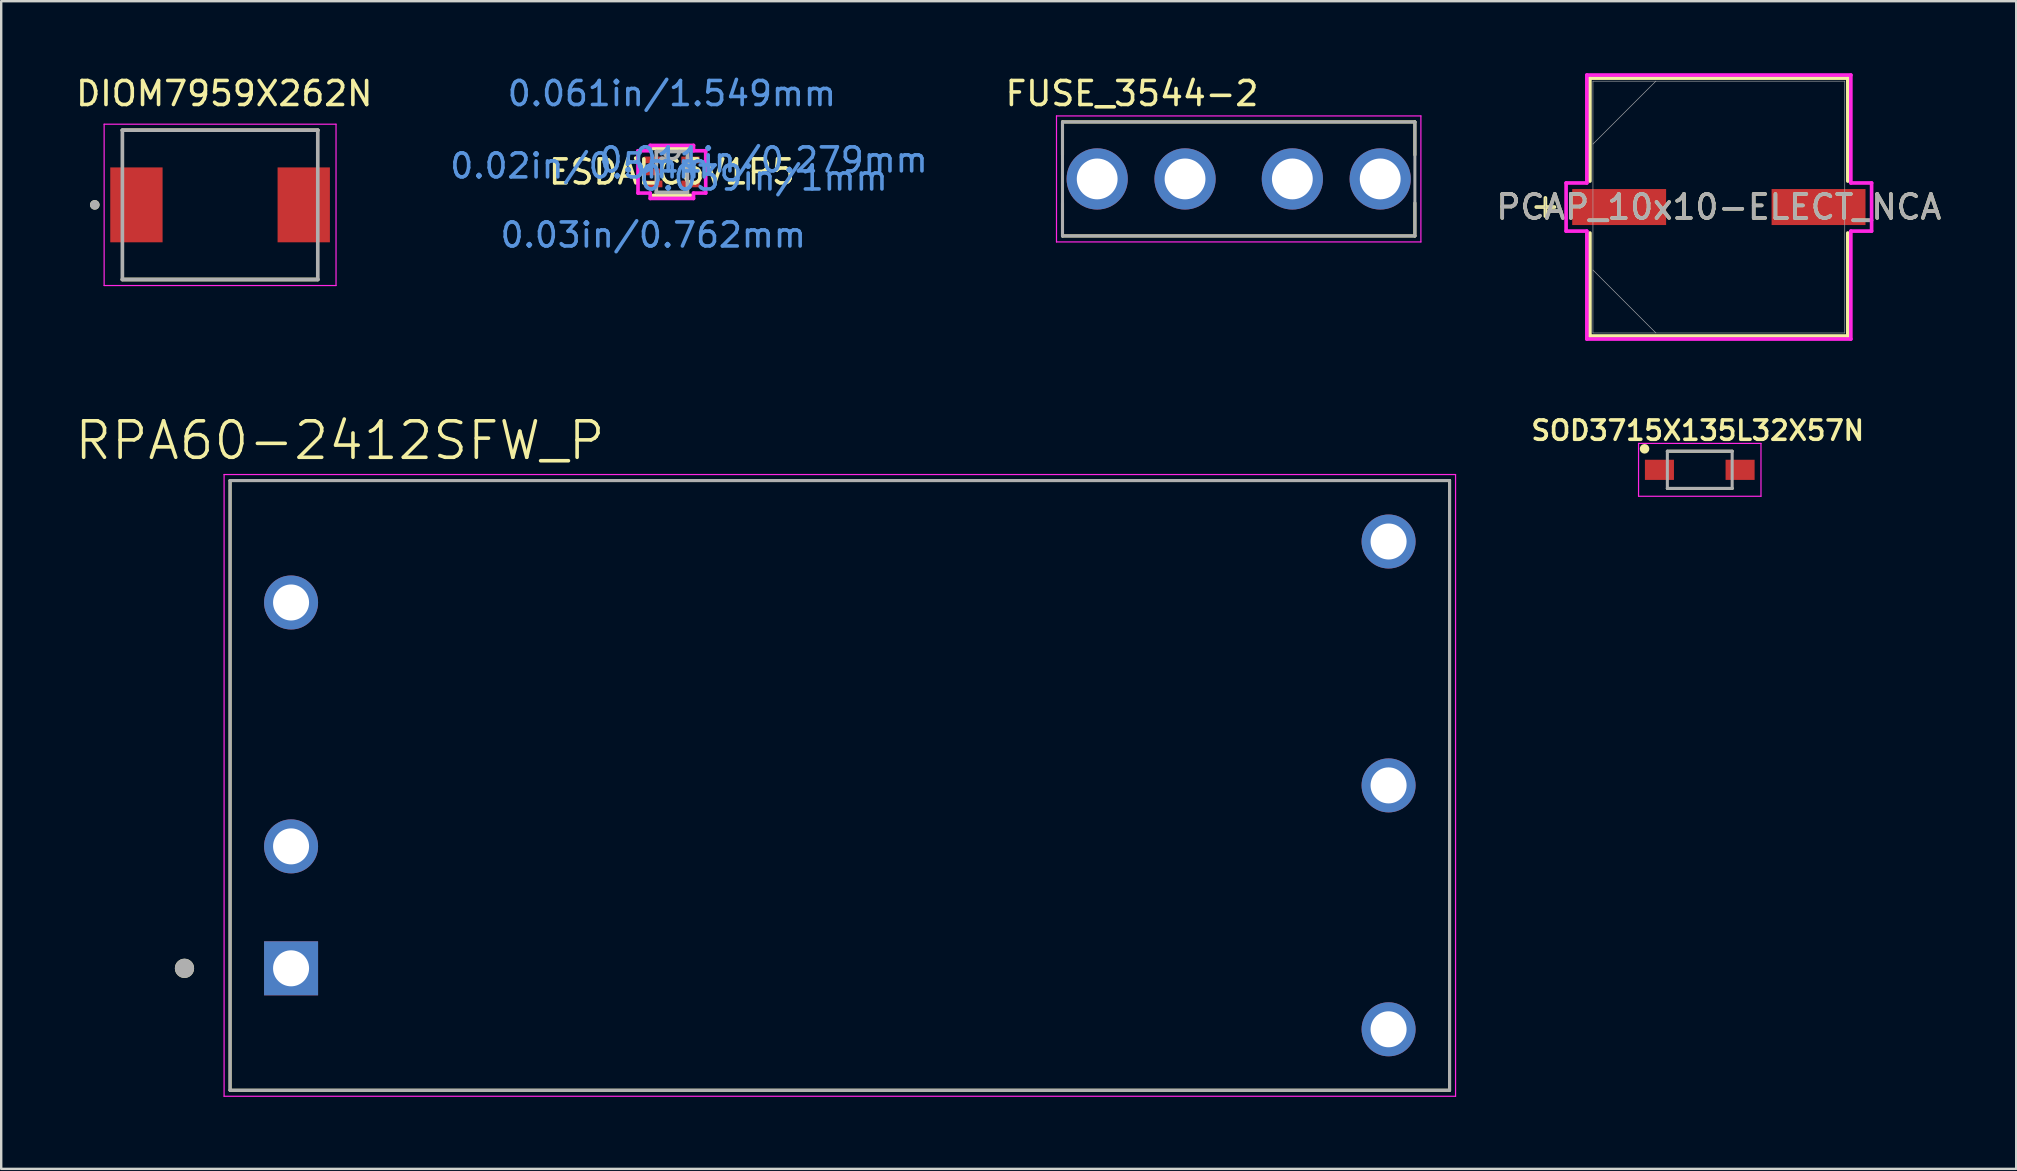
<source format=kicad_pcb>
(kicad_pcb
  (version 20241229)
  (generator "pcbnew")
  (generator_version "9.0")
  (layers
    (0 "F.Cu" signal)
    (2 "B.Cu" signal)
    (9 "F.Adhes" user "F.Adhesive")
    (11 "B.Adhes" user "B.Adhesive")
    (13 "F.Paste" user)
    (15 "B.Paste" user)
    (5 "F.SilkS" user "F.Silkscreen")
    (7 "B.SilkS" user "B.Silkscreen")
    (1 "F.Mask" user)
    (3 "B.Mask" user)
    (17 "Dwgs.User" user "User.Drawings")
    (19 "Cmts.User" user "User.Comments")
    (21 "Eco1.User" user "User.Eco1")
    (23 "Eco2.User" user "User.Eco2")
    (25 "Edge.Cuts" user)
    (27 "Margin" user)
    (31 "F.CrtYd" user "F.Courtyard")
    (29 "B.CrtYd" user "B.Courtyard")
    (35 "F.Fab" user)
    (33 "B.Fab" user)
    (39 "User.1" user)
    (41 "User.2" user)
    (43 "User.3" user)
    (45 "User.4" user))
  (footprint "SOD3715X135L32X57N"
    (layer "F.Cu")
    (at 67.758 16.522)
    (property "Reference" "SOD3715X135L32X57N" (at -0.085 -1.638 0) (layer "F.SilkS") (effects (font (size 0.803 0.803) (thickness 0.15))))
    (attr smd)
    (fp_line (start -1.35 0.775) (end 1.35 0.775) (stroke (width 0.127) (type solid)) (layer "F.SilkS"))
    (fp_line (start 1.35 -0.775) (end -1.35 -0.775) (stroke (width 0.127) (type solid)) (layer "F.SilkS"))
    (fp_circle (center -2.3 -0.875) (end -2.2 -0.875) (stroke (width 0.2) (type solid)) (fill no) (layer "F.SilkS"))
    (fp_line (start -2.55 -1.1) (end 2.55 -1.1) (stroke (width 0.05) (type solid)) (layer "F.CrtYd"))
    (fp_line (start -2.55 1.1) (end -2.55 -1.1) (stroke (width 0.05) (type solid)) (layer "F.CrtYd"))
    (fp_line (start 2.55 -1.1) (end 2.55 1.1) (stroke (width 0.05) (type solid)) (layer "F.CrtYd"))
    (fp_line (start 2.55 1.1) (end -2.55 1.1) (stroke (width 0.05) (type solid)) (layer "F.CrtYd"))
    (fp_line (start -1.35 -0.775) (end 1.35 -0.775) (stroke (width 0.127) (type solid)) (layer "F.Fab"))
    (fp_line (start -1.35 0.775) (end -1.35 -0.775) (stroke (width 0.127) (type solid)) (layer "F.Fab"))
    (fp_line (start -1.35 0.775) (end 1.35 0.775) (stroke (width 0.127) (type solid)) (layer "F.Fab"))
    (fp_line (start 1.35 -0.775) (end 1.35 0.775) (stroke (width 0.127) (type solid)) (layer "F.Fab"))
    (pad "1" smd rect (at -1.68 0) (size 1.21 0.84) (layers "F.Cu" "F.Mask" "F.Paste"))
    (pad "2" smd rect (at 1.68 0) (size 1.21 0.84) (layers "F.Cu" "F.Mask" "F.Paste")))
  (footprint "ESDALC6V1P5"
    (layer "F.Cu")
    (at 24.938 4.112)
    (property "Reference" "ESDALC6V1P5" (at 0 0 0) (layer "F.SilkS") (effects (font (size 1 1) (thickness 0.15))))
    (attr through_hole)
    (fp_line (start -0.775 0.978) (end 0.775 0.978) (stroke (width 0.152) (type solid)) (layer "F.SilkS"))
    (fp_line (start 0.775 -0.978) (end -0.775 -0.978) (stroke (width 0.152) (type solid)) (layer "F.SilkS"))
    (fp_arc (start -1.5073 -0.5762) (mid -1.433471 -0.48114) (end -1.543846 -0.433136) (stroke (width 0.1524) (type solid)) (layer "F.SilkS"))
    (fp_line (start -1.41 -0.881) (end -0.902 -0.881) (stroke (width 0.152) (type solid)) (layer "F.CrtYd"))
    (fp_line (start -1.41 0.881) (end -1.41 -0.881) (stroke (width 0.152) (type solid)) (layer "F.CrtYd"))
    (fp_line (start -0.902 -1.105) (end 0.902 -1.105) (stroke (width 0.152) (type solid)) (layer "F.CrtYd"))
    (fp_line (start -0.902 -0.881) (end -0.902 -1.105) (stroke (width 0.152) (type solid)) (layer "F.CrtYd"))
    (fp_line (start -0.902 0.881) (end -1.41 0.881) (stroke (width 0.152) (type solid)) (layer "F.CrtYd"))
    (fp_line (start -0.902 1.105) (end -0.902 0.881) (stroke (width 0.152) (type solid)) (layer "F.CrtYd"))
    (fp_line (start 0.902 -1.105) (end 0.902 -0.881) (stroke (width 0.152) (type solid)) (layer "F.CrtYd"))
    (fp_line (start 0.902 -0.881) (end 1.41 -0.881) (stroke (width 0.152) (type solid)) (layer "F.CrtYd"))
    (fp_line (start 0.902 0.881) (end 0.902 1.105) (stroke (width 0.152) (type solid)) (layer "F.CrtYd"))
    (fp_line (start 0.902 1.105) (end -0.902 1.105) (stroke (width 0.152) (type solid)) (layer "F.CrtYd"))
    (fp_line (start 1.41 -0.881) (end 1.41 0.881) (stroke (width 0.152) (type solid)) (layer "F.CrtYd"))
    (fp_line (start 1.41 0.881) (end 0.902 0.881) (stroke (width 0.152) (type solid)) (layer "F.CrtYd"))
    (fp_line (start -0.648 -0.851) (end -0.648 0.851) (stroke (width 0.152) (type solid)) (layer "F.Fab"))
    (fp_line (start -0.648 0.851) (end 0.648 0.851) (stroke (width 0.152) (type solid)) (layer "F.Fab"))
    (fp_line (start 0.648 -0.851) (end -0.648 -0.851) (stroke (width 0.152) (type solid)) (layer "F.Fab"))
    (fp_line (start 0.648 0.851) (end 0.648 -0.851) (stroke (width 0.152) (type solid)) (layer "F.Fab"))
    (fp_arc (start 0.3048 -0.8509) (mid 0 -0.5461) (end -0.3048 -0.8509) (stroke (width 0.1524) (type solid)) (layer "F.Fab"))
    (fp_circle (center -0.394 -0.5) (end -0.318 -0.5) (stroke (width 0.152) (type solid)) (fill no) (layer "F.Fab"))
    (fp_text user "0.039in/1mm" (at 3.823 0.254 0) (layer "Cmts.User") (effects (font (size 1 1) (thickness 0.15))))
    (fp_text user "0.011in/0.279mm" (at 3.823 -0.5 0) (layer "Cmts.User") (effects (font (size 1 1) (thickness 0.15))))
    (fp_text user "0.061in/1.549mm" (at 0 -3.264 0) (layer "Cmts.User") (effects (font (size 1 1) (thickness 0.15))))
    (fp_text user "0.02in/0.5mm" (at -3.823 -0.25 0) (layer "Cmts.User") (effects (font (size 1 1) (thickness 0.15))))
    (fp_text user "0.03in/0.762mm" (at -0.775 2.629 0) (layer "Cmts.User") (effects (font (size 1 1) (thickness 0.15))))
    (fp_text user "Copyright 2016 Accelerated Designs. All rights reserved." (at 0 0 0) (layer "Cmts.User") (effects (font (size 0.127 0.127) (thickness 0.002))))
    (pad "1" smd rect (at -0.775 -0.5) (size 0.762 0.279) (layers "F.Cu" "F.Mask" "F.Paste"))
    (pad "2" smd rect (at -0.775 0) (size 0.762 0.279) (layers "F.Cu" "F.Mask" "F.Paste"))
    (pad "3" smd rect (at -0.775 0.5) (size 0.762 0.279) (layers "F.Cu" "F.Mask" "F.Paste"))
    (pad "4" smd rect (at 0.775 0.5) (size 0.762 0.279) (layers "F.Cu" "F.Mask" "F.Paste"))
    (pad "5" smd rect (at 0.775 -0.5) (size 0.762 0.279) (layers "F.Cu" "F.Mask" "F.Paste")))
  (footprint "RPA60-2412SFW_P"
    (layer "F.Cu")
    (at 31.935 29.668)
    (property "Reference" "RPA60-2412SFW_P" (at -20.824 -14.365 0) (layer "F.SilkS") (effects (font (size 1.52 1.52) (thickness 0.15))))
    (attr through_hole)
    (fp_line (start -25.4 -12.7) (end 25.4 -12.7) (stroke (width 0.127) (type solid)) (layer "F.SilkS"))
    (fp_line (start -25.4 12.7) (end -25.4 -12.7) (stroke (width 0.127) (type solid)) (layer "F.SilkS"))
    (fp_line (start 25.4 -12.7) (end 25.4 12.7) (stroke (width 0.127) (type solid)) (layer "F.SilkS"))
    (fp_line (start 25.4 12.7) (end -25.4 12.7) (stroke (width 0.127) (type solid)) (layer "F.SilkS"))
    (fp_circle (center -27.3 7.62) (end -27.1 7.62) (stroke (width 0.4) (type solid)) (fill no) (layer "F.SilkS"))
    (fp_line (start -25.65 -12.95) (end -25.65 12.95) (stroke (width 0.05) (type solid)) (layer "F.CrtYd"))
    (fp_line (start -25.65 12.95) (end 25.65 12.95) (stroke (width 0.05) (type solid)) (layer "F.CrtYd"))
    (fp_line (start 25.65 -12.95) (end -25.65 -12.95) (stroke (width 0.05) (type solid)) (layer "F.CrtYd"))
    (fp_line (start 25.65 12.95) (end 25.65 -12.95) (stroke (width 0.05) (type solid)) (layer "F.CrtYd"))
    (fp_line (start -25.4 -12.7) (end 25.4 -12.7) (stroke (width 0.127) (type solid)) (layer "F.Fab"))
    (fp_line (start -25.4 12.7) (end -25.4 -12.7) (stroke (width 0.127) (type solid)) (layer "F.Fab"))
    (fp_line (start 25.4 -12.7) (end 25.4 12.7) (stroke (width 0.127) (type solid)) (layer "F.Fab"))
    (fp_line (start 25.4 12.7) (end -25.4 12.7) (stroke (width 0.127) (type solid)) (layer "F.Fab"))
    (fp_circle (center -27.3 7.62) (end -27.1 7.62) (stroke (width 0.4) (type solid)) (fill no) (layer "F.Fab"))
    (pad "1" thru_hole rect (at -22.86 7.62) (size 2.25 2.25) (drill 1.5) (layers "*.Cu" "*.Mask"))
    (pad "2" thru_hole circle (at -22.86 2.54) (size 2.25 2.25) (drill 1.5) (layers "*.Cu" "*.Mask"))
    (pad "3" thru_hole circle (at -22.86 -7.62) (size 2.25 2.25) (drill 1.5) (layers "*.Cu" "*.Mask"))
    (pad "4" thru_hole circle (at 22.86 -10.16) (size 2.25 2.25) (drill 1.5) (layers "*.Cu" "*.Mask"))
    (pad "5" thru_hole circle (at 22.86 0) (size 2.25 2.25) (drill 1.5) (layers "*.Cu" "*.Mask"))
    (pad "6" thru_hole circle (at 22.86 10.16) (size 2.25 2.25) (drill 1.5) (layers "*.Cu" "*.Mask")))
  (footprint "DIOM7959X262N"
    (layer "F.Cu")
    (at 6.118 5.484)
    (property "Reference" "DIOM7959X262N" (at 0.175 -4.636 0) (layer "F.SilkS") (effects (font (size 1 1) (thickness 0.15))))
    (attr smd)
    (fp_line (start -4.07 3.11) (end 4.07 3.11) (stroke (width 0.152) (type solid)) (layer "F.SilkS"))
    (fp_line (start 4.07 -3.11) (end -4.07 -3.11) (stroke (width 0.152) (type solid)) (layer "F.SilkS"))
    (fp_circle (center -5.22 0) (end -5.12 0) (stroke (width 0.2) (type solid)) (fill no) (layer "F.SilkS"))
    (fp_line (start -4.83 -3.36) (end 4.83 -3.36) (stroke (width 0.05) (type solid)) (layer "F.CrtYd"))
    (fp_line (start -4.83 3.36) (end -4.83 -3.36) (stroke (width 0.05) (type solid)) (layer "F.CrtYd"))
    (fp_line (start 4.83 -3.36) (end 4.83 3.36) (stroke (width 0.05) (type solid)) (layer "F.CrtYd"))
    (fp_line (start 4.83 3.36) (end -4.83 3.36) (stroke (width 0.05) (type solid)) (layer "F.CrtYd"))
    (fp_line (start -4.07 -3.11) (end -4.07 3.11) (stroke (width 0.152) (type solid)) (layer "F.Fab"))
    (fp_line (start -4.07 3.11) (end 4.07 3.11) (stroke (width 0.152) (type solid)) (layer "F.Fab"))
    (fp_line (start 4.07 -3.11) (end -4.07 -3.11) (stroke (width 0.152) (type solid)) (layer "F.Fab"))
    (fp_line (start 4.07 3.11) (end 4.07 -3.11) (stroke (width 0.152) (type solid)) (layer "F.Fab"))
    (fp_circle (center -5.22 0) (end -5.12 0) (stroke (width 0.2) (type solid)) (fill no) (layer "F.Fab"))
    (pad "A" smd rect (at 3.485 0) (size 2.18 3.12) (layers "F.Cu" "F.Mask" "F.Paste"))
    (pad "C" smd rect (at -3.485 0 90) (size 3.12 2.18) (layers "F.Cu" "F.Mask" "F.Paste")))
  (footprint "FUSE_3544-2"
    (layer "F.Cu")
    (at 48.551 4.404)
    (property "Reference" "FUSE_3544-2" (at -4.445 -3.556 0) (layer "F.SilkS") (effects (font (size 1 1) (thickness 0.15))))
    (attr through_hole)
    (fp_line (start -7.34 -2.375) (end -7.34 -1) (stroke (width 0.127) (type solid)) (layer "F.SilkS"))
    (fp_line (start -7.34 -2.375) (end 7.34 -2.375) (stroke (width 0.127) (type solid)) (layer "F.SilkS"))
    (fp_line (start -7.34 1) (end -7.34 2.375) (stroke (width 0.127) (type solid)) (layer "F.SilkS"))
    (fp_line (start 7.34 -2.375) (end 7.34 -1) (stroke (width 0.127) (type solid)) (layer "F.SilkS"))
    (fp_line (start 7.34 1) (end 7.34 2.375) (stroke (width 0.127) (type solid)) (layer "F.SilkS"))
    (fp_line (start 7.34 2.375) (end -7.34 2.375) (stroke (width 0.127) (type solid)) (layer "F.SilkS"))
    (fp_line (start -7.59 -2.625) (end 7.59 -2.625) (stroke (width 0.05) (type solid)) (layer "F.CrtYd"))
    (fp_line (start -7.59 2.625) (end -7.59 -2.625) (stroke (width 0.05) (type solid)) (layer "F.CrtYd"))
    (fp_line (start 7.59 -2.625) (end 7.59 2.625) (stroke (width 0.05) (type solid)) (layer "F.CrtYd"))
    (fp_line (start 7.59 2.625) (end -7.59 2.625) (stroke (width 0.05) (type solid)) (layer "F.CrtYd"))
    (fp_line (start -7.34 -2.375) (end 7.34 -2.375) (stroke (width 0.127) (type solid)) (layer "F.Fab"))
    (fp_line (start -7.34 2.375) (end -7.34 -2.375) (stroke (width 0.127) (type solid)) (layer "F.Fab"))
    (fp_line (start 7.34 -2.375) (end 7.34 2.375) (stroke (width 0.127) (type solid)) (layer "F.Fab"))
    (fp_line (start 7.34 2.375) (end -7.34 2.375) (stroke (width 0.127) (type solid)) (layer "F.Fab"))
    (pad "1_1" thru_hole circle (at -5.895 0) (size 2.55 2.55) (drill 1.7) (layers "*.Cu" "*.Mask"))
    (pad "1_2" thru_hole circle (at -2.235 0) (size 2.55 2.55) (drill 1.7) (layers "*.Cu" "*.Mask"))
    (pad "2_1" thru_hole circle (at 2.235 0) (size 2.55 2.55) (drill 1.7) (layers "*.Cu" "*.Mask"))
    (pad "2_2" thru_hole circle (at 5.895 0) (size 2.55 2.55) (drill 1.7) (layers "*.Cu" "*.Mask")))
  (footprint "PCAP_10x10-ELECT_NCA"
    (layer "F.Cu")
    (at 68.553 5.575)
    (property "Reference" "PCAP_10x10-ELECT_NCA" (at 0 0 0) (unlocked yes) (layer "F.SilkS") (effects (font (size 1 1) (thickness 0.15))))
    (attr smd)
    (fp_line (start -7.226 -0.381) (end -7.226 0.381) (stroke (width 0.152) (type solid)) (layer "F.SilkS"))
    (fp_line (start -6.845 0) (end -7.607 0) (stroke (width 0.152) (type solid)) (layer "F.SilkS"))
    (fp_line (start -5.372 -5.372) (end -5.372 -1.082) (stroke (width 0.152) (type solid)) (layer "F.SilkS"))
    (fp_line (start -5.372 1.082) (end -5.372 5.372) (stroke (width 0.152) (type solid)) (layer "F.SilkS"))
    (fp_line (start -5.372 5.372) (end 5.372 5.372) (stroke (width 0.152) (type solid)) (layer "F.SilkS"))
    (fp_line (start 5.372 -5.372) (end -5.372 -5.372) (stroke (width 0.152) (type solid)) (layer "F.SilkS"))
    (fp_line (start 5.372 -1.082) (end 5.372 -5.372) (stroke (width 0.152) (type solid)) (layer "F.SilkS"))
    (fp_line (start 5.372 5.372) (end 5.372 1.082) (stroke (width 0.152) (type solid)) (layer "F.SilkS"))
    (fp_line (start -6.363 -1.003) (end -5.499 -1.003) (stroke (width 0.152) (type solid)) (layer "F.CrtYd"))
    (fp_line (start -6.363 1.003) (end -6.363 -1.003) (stroke (width 0.152) (type solid)) (layer "F.CrtYd"))
    (fp_line (start -5.499 -5.499) (end 5.499 -5.499) (stroke (width 0.152) (type solid)) (layer "F.CrtYd"))
    (fp_line (start -5.499 -1.003) (end -5.499 -5.499) (stroke (width 0.152) (type solid)) (layer "F.CrtYd"))
    (fp_line (start -5.499 1.003) (end -6.363 1.003) (stroke (width 0.152) (type solid)) (layer "F.CrtYd"))
    (fp_line (start -5.499 5.499) (end -5.499 1.003) (stroke (width 0.152) (type solid)) (layer "F.CrtYd"))
    (fp_line (start 5.499 -5.499) (end 5.499 -1.003) (stroke (width 0.152) (type solid)) (layer "F.CrtYd"))
    (fp_line (start 5.499 -1.003) (end 6.363 -1.003) (stroke (width 0.152) (type solid)) (layer "F.CrtYd"))
    (fp_line (start 5.499 1.003) (end 5.499 5.499) (stroke (width 0.152) (type solid)) (layer "F.CrtYd"))
    (fp_line (start 5.499 5.499) (end -5.499 5.499) (stroke (width 0.152) (type solid)) (layer "F.CrtYd"))
    (fp_line (start 6.363 -1.003) (end 6.363 1.003) (stroke (width 0.152) (type solid)) (layer "F.CrtYd"))
    (fp_line (start 6.363 1.003) (end 5.499 1.003) (stroke (width 0.152) (type solid)) (layer "F.CrtYd"))
    (fp_line (start -7.226 -0.381) (end -7.226 0.381) (stroke (width 0.025) (type solid)) (layer "F.Fab"))
    (fp_line (start -6.845 0) (end -7.607 0) (stroke (width 0.025) (type solid)) (layer "F.Fab"))
    (fp_line (start -5.245 -5.245) (end -5.245 5.245) (stroke (width 0.025) (type solid)) (layer "F.Fab"))
    (fp_line (start -5.245 -2.623) (end -2.623 -5.245) (stroke (width 0.025) (type solid)) (layer "F.Fab"))
    (fp_line (start -5.245 2.623) (end -2.623 5.245) (stroke (width 0.025) (type solid)) (layer "F.Fab"))
    (fp_line (start -5.245 5.245) (end 5.245 5.245) (stroke (width 0.025) (type solid)) (layer "F.Fab"))
    (fp_line (start 5.245 -5.245) (end -5.245 -5.245) (stroke (width 0.025) (type solid)) (layer "F.Fab"))
    (fp_line (start 5.245 5.245) (end 5.245 -5.245) (stroke (width 0.025) (type solid)) (layer "F.Fab"))
    (fp_text user "${REFERENCE}" (at 0 0 0) (unlocked yes) (layer "F.Fab") (effects (font (size 1 1) (thickness 0.15))))
    (pad "1" smd rect (at -4.153 0) (size 3.912 1.499) (layers "F.Cu" "F.Mask" "F.Paste"))
    (pad "2" smd rect (at 4.153 0) (size 3.912 1.499) (layers "F.Cu" "F.Mask" "F.Paste"))
    (zone (net_name "") (layer "F.Cu") (hatch full 0.508) (connect_pads) (min_thickness 0.254) (filled_areas_thickness no) (keepout (tracks not_allowed) (vias not_allowed) (pads allowed) (copperpour not_allowed) (footprints allowed)) (placement (enabled no)) (fill) (polygon (pts (xy 63.358 0.381) (xy 73.747 0.381) (xy 73.747 4.775) (xy 63.358 4.775))))
    (zone (net_name "") (layer "F.Cu") (hatch full 0.508) (connect_pads) (min_thickness 0.254) (filled_areas_thickness no) (keepout (tracks not_allowed) (vias not_allowed) (pads allowed) (copperpour not_allowed) (footprints allowed)) (placement (enabled no)) (fill) (polygon (pts (xy 63.358 6.375) (xy 73.747 6.375) (xy 73.747 10.77) (xy 63.358 10.77))))
    (zone (net_name "") (layer "F.Cu") (hatch full 0.508) (connect_pads) (min_thickness 0.254) (filled_areas_thickness no) (keepout (tracks not_allowed) (vias not_allowed) (pads allowed) (copperpour not_allowed) (footprints allowed)) (placement (enabled no)) (fill) (polygon (pts (xy 66.203 4.775) (xy 70.902 4.775) (xy 70.902 6.375) (xy 66.203 6.375)))))
  (gr_rect
    (start -3 -3)
    (end 80.94 45.643)
    (stroke (width 0.1) (type default))
    (fill no)
    (layer "Edge.Cuts")))
</source>
